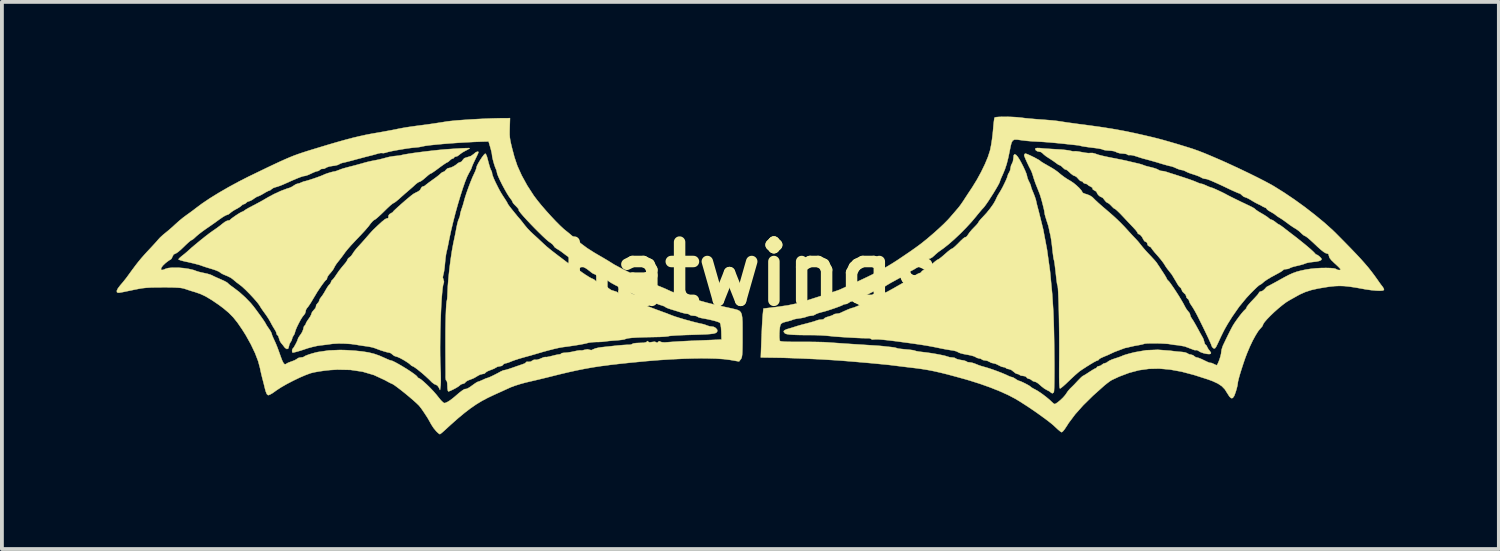
<source format=kicad_pcb>
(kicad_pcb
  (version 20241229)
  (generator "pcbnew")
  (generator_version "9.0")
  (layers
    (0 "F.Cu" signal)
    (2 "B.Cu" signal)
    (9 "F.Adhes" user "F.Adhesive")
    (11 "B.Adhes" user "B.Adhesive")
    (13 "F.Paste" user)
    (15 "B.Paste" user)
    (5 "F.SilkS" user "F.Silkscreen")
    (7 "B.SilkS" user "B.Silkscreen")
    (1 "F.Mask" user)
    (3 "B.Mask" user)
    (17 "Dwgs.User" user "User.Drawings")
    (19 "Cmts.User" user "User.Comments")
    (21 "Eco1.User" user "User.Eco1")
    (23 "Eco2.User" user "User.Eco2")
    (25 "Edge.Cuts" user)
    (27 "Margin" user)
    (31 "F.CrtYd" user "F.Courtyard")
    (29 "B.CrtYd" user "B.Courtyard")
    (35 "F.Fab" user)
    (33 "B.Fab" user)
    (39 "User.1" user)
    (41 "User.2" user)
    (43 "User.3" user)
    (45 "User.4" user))
  (footprint "batwings"
    (layer "F.Cu")
    (at 16.58 4.118)
    (property "Reference" "batwings" (at 0 0 0) (layer "F.SilkS") (effects (font (size 1.524 1.524) (thickness 0.3))))
    (attr through_hole)
    (fp_poly (pts (xy 7.237 -3.138) (xy 7.305 -3.109) (xy 7.389 -3.069) (xy 7.473 -3.025) (xy 7.544 -2.986) (xy 7.588 -2.956) (xy 7.594 -2.95) (xy 7.621 -2.93) (xy 7.682 -2.893) (xy 7.763 -2.846) (xy 7.785 -2.834) (xy 7.883 -2.778) (xy 7.973 -2.721) (xy 8.039 -2.674) (xy 8.043 -2.67) (xy 8.14 -2.59) (xy 8.218 -2.532) (xy 8.295 -2.481) (xy 8.374 -2.435) (xy 8.452 -2.383) (xy 8.532 -2.318) (xy 8.605 -2.249) (xy 8.66 -2.187) (xy 8.686 -2.142) (xy 8.687 -2.137) (xy 8.709 -2.117) (xy 8.765 -2.095) (xy 8.796 -2.087) (xy 8.877 -2.056) (xy 8.945 -2.013) (xy 8.958 -2.001) (xy 9.017 -1.942) (xy 9.099 -1.865) (xy 9.21 -1.767) (xy 9.355 -1.643) (xy 9.425 -1.583) (xy 9.54 -1.481) (xy 9.663 -1.364) (xy 9.776 -1.249) (xy 9.818 -1.204) (xy 9.902 -1.111) (xy 9.982 -1.024) (xy 10.047 -0.955) (xy 10.073 -0.929) (xy 10.142 -0.854) (xy 10.208 -0.772) (xy 10.216 -0.762) (xy 10.264 -0.702) (xy 10.334 -0.621) (xy 10.415 -0.533) (xy 10.443 -0.504) (xy 10.518 -0.424) (xy 10.583 -0.353) (xy 10.626 -0.301) (xy 10.635 -0.288) (xy 10.663 -0.245) (xy 10.711 -0.174) (xy 10.767 -0.087) (xy 10.781 -0.066) (xy 10.835 0.017) (xy 10.875 0.084) (xy 10.895 0.124) (xy 10.897 0.129) (xy 10.915 0.16) (xy 10.929 0.17) (xy 10.959 0.202) (xy 11.008 0.268) (xy 11.071 0.359) (xy 11.141 0.465) (xy 11.212 0.576) (xy 11.277 0.684) (xy 11.331 0.777) (xy 11.365 0.842) (xy 11.406 0.915) (xy 11.45 0.973) (xy 11.457 0.98) (xy 11.495 1.029) (xy 11.506 1.067) (xy 11.521 1.118) (xy 11.554 1.171) (xy 11.587 1.221) (xy 11.635 1.302) (xy 11.689 1.399) (xy 11.709 1.435) (xy 11.759 1.528) (xy 11.802 1.605) (xy 11.83 1.654) (xy 11.836 1.664) (xy 11.855 1.705) (xy 11.873 1.769) (xy 11.874 1.772) (xy 11.891 1.828) (xy 11.911 1.854) (xy 11.913 1.854) (xy 11.937 1.875) (xy 11.951 1.908) (xy 11.982 1.966) (xy 12.019 2.012) (xy 12.051 2.059) (xy 12.046 2.086) (xy 12.007 2.096) (xy 11.938 2.09) (xy 11.857 2.072) (xy 11.783 2.046) (xy 11.731 2.016) (xy 11.73 2.015) (xy 11.687 1.991) (xy 11.662 1.992) (xy 11.624 1.992) (xy 11.567 1.972) (xy 11.566 1.971) (xy 11.363 1.894) (xy 11.189 1.864) (xy 11.1 1.855) (xy 11.022 1.844) (xy 10.998 1.839) (xy 10.932 1.829) (xy 10.834 1.822) (xy 10.717 1.816) (xy 10.594 1.814) (xy 10.478 1.814) (xy 10.382 1.817) (xy 10.319 1.823) (xy 10.307 1.827) (xy 10.254 1.842) (xy 10.168 1.86) (xy 10.067 1.878) (xy 10.058 1.879) (xy 9.797 1.938) (xy 9.535 2.036) (xy 9.461 2.07) (xy 9.365 2.115) (xy 9.265 2.157) (xy 9.227 2.173) (xy 9.162 2.203) (xy 9.124 2.229) (xy 9.119 2.238) (xy 9.098 2.259) (xy 9.086 2.261) (xy 9.051 2.274) (xy 8.983 2.31) (xy 8.894 2.363) (xy 8.793 2.426) (xy 8.689 2.494) (xy 8.616 2.544) (xy 8.564 2.587) (xy 8.486 2.655) (xy 8.397 2.738) (xy 8.332 2.8) (xy 8.248 2.88) (xy 8.176 2.944) (xy 8.124 2.985) (xy 8.102 2.997) (xy 8.093 2.98) (xy 8.087 2.928) (xy 8.082 2.838) (xy 8.08 2.706) (xy 8.08 2.53) (xy 8.081 2.307) (xy 8.082 2.254) (xy 8.083 2.057) (xy 8.083 1.846) (xy 8.082 1.627) (xy 8.079 1.406) (xy 8.076 1.189) (xy 8.072 0.982) (xy 8.067 0.792) (xy 8.061 0.625) (xy 8.055 0.486) (xy 8.049 0.382) (xy 8.042 0.319) (xy 8.038 0.304) (xy 8.033 0.293) (xy 8.028 0.273) (xy 8.022 0.238) (xy 8.014 0.179) (xy 8.003 0.089) (xy 7.989 -0.04) (xy 7.978 -0.133) (xy 7.966 -0.235) (xy 7.954 -0.317) (xy 7.944 -0.367) (xy 7.941 -0.375) (xy 7.933 -0.408) (xy 7.923 -0.479) (xy 7.91 -0.578) (xy 7.901 -0.661) (xy 7.887 -0.785) (xy 7.871 -0.9) (xy 7.856 -0.992) (xy 7.848 -1.029) (xy 7.829 -1.107) (xy 7.816 -1.171) (xy 7.814 -1.181) (xy 7.8 -1.244) (xy 7.793 -1.27) (xy 7.749 -1.405) (xy 7.72 -1.5) (xy 7.703 -1.563) (xy 7.697 -1.603) (xy 7.696 -1.612) (xy 7.69 -1.655) (xy 7.672 -1.732) (xy 7.648 -1.829) (xy 7.621 -1.931) (xy 7.594 -2.023) (xy 7.572 -2.091) (xy 7.57 -2.095) (xy 7.55 -2.146) (xy 7.519 -2.224) (xy 7.494 -2.286) (xy 7.454 -2.388) (xy 7.418 -2.494) (xy 7.403 -2.543) (xy 7.378 -2.624) (xy 7.353 -2.69) (xy 7.344 -2.708) (xy 7.295 -2.803) (xy 7.247 -2.903) (xy 7.205 -2.996) (xy 7.175 -3.069) (xy 7.163 -3.111) (xy 7.163 -3.112) (xy 7.183 -3.145) (xy 7.199 -3.15) (xy 7.237 -3.138)) (stroke (width 0.01) (type solid)) (fill yes) (layer "F.SilkS"))
    (fp_poly (pts (xy -7.115 -3.196) (xy -7.112 -3.186) (xy -7.122 -3.157) (xy -7.15 -3.096) (xy -7.19 -3.013) (xy -7.201 -2.99) (xy -7.243 -2.902) (xy -7.274 -2.831) (xy -7.289 -2.79) (xy -7.29 -2.786) (xy -7.302 -2.752) (xy -7.333 -2.691) (xy -7.36 -2.644) (xy -7.407 -2.551) (xy -7.462 -2.415) (xy -7.522 -2.244) (xy -7.585 -2.047) (xy -7.65 -1.83) (xy -7.714 -1.601) (xy -7.774 -1.367) (xy -7.829 -1.137) (xy -7.876 -0.918) (xy -7.899 -0.8) (xy -7.918 -0.704) (xy -7.939 -0.613) (xy -7.947 -0.584) (xy -7.96 -0.518) (xy -7.974 -0.419) (xy -7.986 -0.305) (xy -7.989 -0.268) (xy -8 -0.159) (xy -8.014 -0.063) (xy -8.028 0.003) (xy -8.033 0.017) (xy -8.046 0.089) (xy -8.03 0.143) (xy -8.014 0.205) (xy -8.022 0.238) (xy -8.036 0.281) (xy -8.05 0.368) (xy -8.063 0.494) (xy -8.076 0.651) (xy -8.087 0.835) (xy -8.096 1.038) (xy -8.104 1.254) (xy -8.11 1.478) (xy -8.114 1.702) (xy -8.116 1.921) (xy -8.115 2.128) (xy -8.111 2.317) (xy -8.106 2.447) (xy -8.1 2.588) (xy -8.098 2.72) (xy -8.098 2.832) (xy -8.102 2.909) (xy -8.103 2.917) (xy -8.118 3.035) (xy -8.153 2.965) (xy -8.19 2.916) (xy -8.229 2.896) (xy -8.273 2.878) (xy -8.328 2.835) (xy -8.346 2.817) (xy -8.419 2.745) (xy -8.506 2.665) (xy -8.598 2.585) (xy -8.687 2.513) (xy -8.763 2.455) (xy -8.817 2.42) (xy -8.836 2.413) (xy -8.869 2.396) (xy -8.888 2.377) (xy -8.931 2.34) (xy -9.001 2.293) (xy -9.085 2.242) (xy -9.168 2.198) (xy -9.236 2.168) (xy -9.269 2.159) (xy -9.319 2.141) (xy -9.36 2.108) (xy -9.409 2.07) (xy -9.446 2.058) (xy -9.496 2.049) (xy -9.578 2.026) (xy -9.676 1.995) (xy -9.776 1.958) (xy -9.817 1.942) (xy -9.887 1.92) (xy -9.981 1.901) (xy -10.033 1.893) (xy -10.143 1.878) (xy -10.258 1.86) (xy -10.3 1.852) (xy -10.444 1.832) (xy -10.608 1.821) (xy -10.773 1.818) (xy -10.918 1.826) (xy -10.973 1.833) (xy -11.078 1.848) (xy -11.186 1.861) (xy -11.228 1.865) (xy -11.325 1.879) (xy -11.45 1.907) (xy -11.579 1.942) (xy -11.694 1.981) (xy -11.697 1.982) (xy -11.752 2) (xy -11.826 2.022) (xy -11.9 2.042) (xy -11.956 2.055) (xy -11.973 2.057) (xy -11.986 2.037) (xy -11.988 1.995) (xy -11.977 1.959) (xy -11.97 1.952) (xy -11.947 1.925) (xy -11.914 1.869) (xy -11.878 1.802) (xy -11.849 1.739) (xy -11.836 1.699) (xy -11.836 1.698) (xy -11.822 1.665) (xy -11.785 1.61) (xy -11.769 1.589) (xy -11.724 1.518) (xy -11.696 1.446) (xy -11.694 1.432) (xy -11.68 1.377) (xy -11.66 1.351) (xy -11.635 1.321) (xy -11.633 1.311) (xy -11.619 1.273) (xy -11.582 1.213) (xy -11.558 1.179) (xy -11.513 1.113) (xy -11.486 1.057) (xy -11.482 1.039) (xy -11.464 0.996) (xy -11.421 0.943) (xy -11.417 0.939) (xy -11.376 0.891) (xy -11.363 0.852) (xy -11.364 0.848) (xy -11.356 0.81) (xy -11.327 0.773) (xy -11.289 0.727) (xy -11.278 0.694) (xy -11.261 0.65) (xy -11.23 0.607) (xy -11.192 0.557) (xy -11.144 0.481) (xy -11.112 0.424) (xy -11.068 0.349) (xy -11.028 0.293) (xy -11.007 0.272) (xy -10.976 0.233) (xy -10.973 0.216) (xy -10.954 0.172) (xy -10.94 0.16) (xy -10.91 0.129) (xy -10.864 0.068) (xy -10.827 0.013) (xy -10.761 -0.083) (xy -10.682 -0.183) (xy -10.644 -0.228) (xy -10.589 -0.293) (xy -10.552 -0.347) (xy -10.541 -0.373) (xy -10.521 -0.409) (xy -10.49 -0.432) (xy -10.442 -0.474) (xy -10.403 -0.53) (xy -10.366 -0.587) (xy -10.307 -0.662) (xy -10.257 -0.718) (xy -10.178 -0.804) (xy -10.09 -0.903) (xy -10.033 -0.969) (xy -9.966 -1.046) (xy -9.905 -1.114) (xy -9.866 -1.155) (xy -9.735 -1.28) (xy -9.637 -1.369) (xy -9.567 -1.426) (xy -9.523 -1.451) (xy -9.509 -1.453) (xy -9.476 -1.461) (xy -9.471 -1.472) (xy -9.466 -1.522) (xy -9.465 -1.53) (xy -9.441 -1.564) (xy -9.404 -1.587) (xy -9.361 -1.612) (xy -9.347 -1.628) (xy -9.329 -1.65) (xy -9.28 -1.697) (xy -9.209 -1.762) (xy -9.125 -1.837) (xy -9.036 -1.915) (xy -8.95 -1.987) (xy -8.876 -2.048) (xy -8.823 -2.088) (xy -8.807 -2.099) (xy -8.736 -2.137) (xy -8.691 -2.158) (xy -8.64 -2.198) (xy -8.618 -2.236) (xy -8.593 -2.277) (xy -8.571 -2.286) (xy -8.526 -2.302) (xy -8.504 -2.319) (xy -8.469 -2.348) (xy -8.404 -2.397) (xy -8.321 -2.457) (xy -8.293 -2.477) (xy -8.209 -2.538) (xy -8.142 -2.591) (xy -8.101 -2.627) (xy -8.095 -2.634) (xy -8.055 -2.664) (xy -8.038 -2.667) (xy -7.997 -2.687) (xy -7.97 -2.718) (xy -7.929 -2.758) (xy -7.897 -2.769) (xy -7.836 -2.783) (xy -7.76 -2.818) (xy -7.693 -2.862) (xy -7.67 -2.883) (xy -7.622 -2.916) (xy -7.596 -2.921) (xy -7.553 -2.942) (xy -7.525 -2.981) (xy -7.482 -3.03) (xy -7.403 -3.056) (xy -7.398 -3.057) (xy -7.308 -3.087) (xy -7.239 -3.136) (xy -7.189 -3.179) (xy -7.143 -3.201) (xy -7.115 -3.196)) (stroke (width 0.01) (type solid)) (fill yes) (layer "F.SilkS"))
    (fp_poly (pts (xy -7.341 -3.291) (xy -7.361 -3.274) (xy -7.414 -3.244) (xy -7.455 -3.223) (xy -7.532 -3.18) (xy -7.593 -3.136) (xy -7.611 -3.12) (xy -7.663 -3.083) (xy -7.7 -3.073) (xy -7.739 -3.062) (xy -7.747 -3.048) (xy -7.767 -3.025) (xy -7.781 -3.023) (xy -7.823 -3.005) (xy -7.861 -2.972) (xy -7.903 -2.934) (xy -7.93 -2.921) (xy -7.959 -2.906) (xy -8.018 -2.867) (xy -8.097 -2.811) (xy -8.152 -2.77) (xy -8.237 -2.707) (xy -8.306 -2.659) (xy -8.35 -2.632) (xy -8.361 -2.629) (xy -8.383 -2.618) (xy -8.431 -2.581) (xy -8.494 -2.526) (xy -8.562 -2.468) (xy -8.62 -2.427) (xy -8.653 -2.413) (xy -8.693 -2.396) (xy -8.747 -2.355) (xy -8.761 -2.343) (xy -8.823 -2.285) (xy -8.902 -2.216) (xy -8.944 -2.18) (xy -9.026 -2.11) (xy -9.12 -2.027) (xy -9.182 -1.971) (xy -9.25 -1.913) (xy -9.305 -1.871) (xy -9.335 -1.855) (xy -9.364 -1.838) (xy -9.418 -1.794) (xy -9.486 -1.731) (xy -9.5 -1.718) (xy -9.615 -1.605) (xy -9.701 -1.524) (xy -9.762 -1.469) (xy -9.804 -1.435) (xy -9.833 -1.417) (xy -9.839 -1.415) (xy -9.875 -1.387) (xy -9.924 -1.332) (xy -9.946 -1.304) (xy -9.982 -1.255) (xy -10.022 -1.207) (xy -10.071 -1.15) (xy -10.135 -1.08) (xy -10.222 -0.988) (xy -10.336 -0.868) (xy -10.364 -0.838) (xy -10.452 -0.744) (xy -10.535 -0.648) (xy -10.601 -0.566) (xy -10.624 -0.533) (xy -10.686 -0.448) (xy -10.751 -0.364) (xy -10.776 -0.333) (xy -10.83 -0.264) (xy -10.872 -0.196) (xy -10.88 -0.181) (xy -10.901 -0.138) (xy -10.928 -0.097) (xy -10.971 -0.043) (xy -11.03 0.025) (xy -11.064 0.078) (xy -11.074 0.114) (xy -11.086 0.148) (xy -11.096 0.152) (xy -11.118 0.172) (xy -11.16 0.224) (xy -11.215 0.299) (xy -11.274 0.385) (xy -11.332 0.473) (xy -11.358 0.517) (xy -11.379 0.552) (xy -11.418 0.617) (xy -11.467 0.699) (xy -11.47 0.705) (xy -11.521 0.787) (xy -11.567 0.854) (xy -11.598 0.891) (xy -11.599 0.892) (xy -11.627 0.939) (xy -11.633 0.977) (xy -11.651 1.036) (xy -11.687 1.082) (xy -11.721 1.126) (xy -11.767 1.201) (xy -11.816 1.293) (xy -11.862 1.386) (xy -11.896 1.468) (xy -11.913 1.522) (xy -11.913 1.528) (xy -11.928 1.574) (xy -11.952 1.611) (xy -11.981 1.665) (xy -11.989 1.698) (xy -12.005 1.747) (xy -12.027 1.778) (xy -12.058 1.836) (xy -12.07 1.887) (xy -12.088 1.949) (xy -12.124 1.964) (xy -12.172 1.933) (xy -12.191 1.91) (xy -12.237 1.85) (xy -12.277 1.803) (xy -12.308 1.752) (xy -12.331 1.683) (xy -12.349 1.627) (xy -12.37 1.6) (xy -12.372 1.6) (xy -12.392 1.579) (xy -12.395 1.56) (xy -12.409 1.511) (xy -12.443 1.452) (xy -12.443 1.452) (xy -12.483 1.387) (xy -12.53 1.304) (xy -12.547 1.27) (xy -12.596 1.184) (xy -12.66 1.086) (xy -12.701 1.029) (xy -12.759 0.949) (xy -12.809 0.875) (xy -12.833 0.834) (xy -12.872 0.777) (xy -12.939 0.696) (xy -13.024 0.601) (xy -13.118 0.502) (xy -13.211 0.409) (xy -13.294 0.332) (xy -13.357 0.282) (xy -13.36 0.28) (xy -13.436 0.224) (xy -13.507 0.165) (xy -13.52 0.152) (xy -13.582 0.105) (xy -13.668 0.06) (xy -13.712 0.042) (xy -13.791 0.009) (xy -13.851 -0.024) (xy -13.87 -0.04) (xy -13.909 -0.065) (xy -13.981 -0.096) (xy -14.073 -0.127) (xy -14.081 -0.129) (xy -14.177 -0.158) (xy -14.26 -0.184) (xy -14.311 -0.201) (xy -14.313 -0.202) (xy -14.424 -0.24) (xy -14.568 -0.278) (xy -14.751 -0.319) (xy -14.846 -0.341) (xy -14.919 -0.362) (xy -14.957 -0.379) (xy -14.961 -0.383) (xy -14.942 -0.41) (xy -14.895 -0.452) (xy -14.867 -0.475) (xy -14.792 -0.534) (xy -14.723 -0.593) (xy -14.708 -0.607) (xy -14.617 -0.689) (xy -14.503 -0.785) (xy -14.379 -0.887) (xy -14.256 -0.985) (xy -14.146 -1.069) (xy -14.06 -1.13) (xy -14.049 -1.138) (xy -13.956 -1.202) (xy -13.865 -1.27) (xy -13.811 -1.314) (xy -13.746 -1.363) (xy -13.688 -1.393) (xy -13.667 -1.397) (xy -13.623 -1.406) (xy -13.61 -1.416) (xy -13.585 -1.441) (xy -13.53 -1.482) (xy -13.46 -1.531) (xy -13.389 -1.577) (xy -13.33 -1.612) (xy -13.299 -1.626) (xy -13.262 -1.641) (xy -13.235 -1.661) (xy -13.195 -1.688) (xy -13.122 -1.73) (xy -13.031 -1.778) (xy -13.005 -1.792) (xy -12.885 -1.855) (xy -12.75 -1.929) (xy -12.629 -2) (xy -12.624 -2.003) (xy -12.462 -2.09) (xy -12.284 -2.172) (xy -12.114 -2.236) (xy -12.052 -2.254) (xy -11.994 -2.281) (xy -11.941 -2.315) (xy -11.886 -2.349) (xy -11.844 -2.362) (xy -11.794 -2.374) (xy -11.752 -2.392) (xy -11.687 -2.419) (xy -11.646 -2.428) (xy -11.601 -2.44) (xy -11.523 -2.464) (xy -11.427 -2.495) (xy -11.328 -2.53) (xy -11.241 -2.562) (xy -11.179 -2.587) (xy -11.163 -2.595) (xy -11.117 -2.615) (xy -11.044 -2.64) (xy -10.966 -2.663) (xy -10.907 -2.678) (xy -10.898 -2.679) (xy -10.868 -2.684) (xy -10.83 -2.695) (xy -10.769 -2.718) (xy -10.706 -2.742) (xy -10.659 -2.758) (xy -10.577 -2.781) (xy -10.476 -2.808) (xy -10.439 -2.817) (xy -10.324 -2.847) (xy -10.212 -2.878) (xy -10.124 -2.903) (xy -10.109 -2.907) (xy -10.02 -2.931) (xy -9.909 -2.956) (xy -9.83 -2.971) (xy -9.72 -2.993) (xy -9.61 -3.02) (xy -9.546 -3.038) (xy -9.444 -3.064) (xy -9.332 -3.082) (xy -9.299 -3.086) (xy -9.214 -3.094) (xy -9.144 -3.105) (xy -9.121 -3.111) (xy -9.06 -3.125) (xy -8.958 -3.142) (xy -8.825 -3.163) (xy -8.669 -3.184) (xy -8.501 -3.205) (xy -8.329 -3.225) (xy -8.164 -3.243) (xy -8.015 -3.257) (xy -7.938 -3.263) (xy -7.723 -3.278) (xy -7.555 -3.288) (xy -7.435 -3.293) (xy -7.363 -3.294) (xy -7.341 -3.291)) (stroke (width 0.01) (type solid)) (fill yes) (layer "F.SilkS"))
    (fp_poly (pts (xy 6.953 -3.114) (xy 6.994 -3.068) (xy 7.038 -3.001) (xy 7.089 -2.91) (xy 7.141 -2.808) (xy 7.187 -2.709) (xy 7.222 -2.624) (xy 7.238 -2.567) (xy 7.239 -2.56) (xy 7.251 -2.509) (xy 7.279 -2.44) (xy 7.29 -2.42) (xy 7.322 -2.354) (xy 7.339 -2.305) (xy 7.341 -2.296) (xy 7.35 -2.258) (xy 7.375 -2.191) (xy 7.401 -2.13) (xy 7.438 -2.037) (xy 7.468 -1.948) (xy 7.478 -1.905) (xy 7.494 -1.833) (xy 7.519 -1.735) (xy 7.542 -1.651) (xy 7.662 -1.167) (xy 7.762 -0.639) (xy 7.841 -0.07) (xy 7.899 0.538) (xy 7.927 0.978) (xy 7.933 1.133) (xy 7.939 1.313) (xy 7.944 1.511) (xy 7.948 1.72) (xy 7.951 1.935) (xy 7.953 2.149) (xy 7.955 2.356) (xy 7.955 2.549) (xy 7.954 2.723) (xy 7.952 2.871) (xy 7.949 2.987) (xy 7.945 3.064) (xy 7.939 3.096) (xy 7.902 3.123) (xy 7.865 3.104) (xy 7.861 3.098) (xy 7.828 3.072) (xy 7.77 3.041) (xy 7.762 3.038) (xy 7.693 2.998) (xy 7.616 2.938) (xy 7.586 2.911) (xy 7.524 2.858) (xy 7.468 2.825) (xy 7.446 2.819) (xy 7.389 2.801) (xy 7.366 2.781) (xy 7.317 2.749) (xy 7.289 2.743) (xy 7.243 2.724) (xy 7.23 2.705) (xy 7.195 2.677) (xy 7.14 2.667) (xy 7.081 2.659) (xy 7.048 2.642) (xy 7.012 2.62) (xy 6.988 2.616) (xy 6.941 2.599) (xy 6.887 2.556) (xy 6.883 2.553) (xy 6.826 2.509) (xy 6.768 2.489) (xy 6.766 2.489) (xy 6.714 2.479) (xy 6.693 2.464) (xy 6.657 2.442) (xy 6.629 2.438) (xy 6.575 2.426) (xy 6.507 2.394) (xy 6.497 2.388) (xy 6.428 2.354) (xy 6.368 2.337) (xy 6.361 2.337) (xy 6.299 2.322) (xy 6.26 2.3) (xy 6.196 2.27) (xy 6.142 2.261) (xy 6.086 2.252) (xy 6.058 2.235) (xy 6.022 2.214) (xy 5.989 2.21) (xy 5.925 2.193) (xy 5.895 2.174) (xy 5.851 2.153) (xy 5.773 2.131) (xy 5.676 2.111) (xy 5.665 2.11) (xy 5.568 2.091) (xy 5.487 2.069) (xy 5.439 2.048) (xy 5.436 2.046) (xy 5.388 2.022) (xy 5.313 2.003) (xy 5.283 1.999) (xy 5.2 1.986) (xy 5.09 1.967) (xy 4.978 1.945) (xy 4.844 1.917) (xy 4.72 1.893) (xy 4.595 1.871) (xy 4.456 1.849) (xy 4.292 1.825) (xy 4.091 1.797) (xy 4.051 1.792) (xy 3.808 1.759) (xy 3.612 1.735) (xy 3.459 1.719) (xy 3.347 1.71) (xy 3.272 1.709) (xy 3.236 1.713) (xy 3.185 1.715) (xy 3.163 1.702) (xy 3.128 1.683) (xy 3.091 1.68) (xy 3.023 1.68) (xy 2.916 1.678) (xy 2.781 1.672) (xy 2.63 1.664) (xy 2.476 1.655) (xy 2.329 1.645) (xy 2.202 1.636) (xy 2.105 1.626) (xy 2.086 1.624) (xy 1.972 1.613) (xy 1.83 1.604) (xy 1.686 1.599) (xy 1.626 1.599) (xy 1.412 1.598) (xy 1.243 1.595) (xy 1.115 1.59) (xy 1.021 1.583) (xy 0.957 1.573) (xy 0.917 1.56) (xy 0.904 1.552) (xy 0.872 1.512) (xy 0.884 1.479) (xy 0.943 1.449) (xy 0.992 1.434) (xy 1.081 1.408) (xy 1.163 1.382) (xy 1.181 1.376) (xy 1.241 1.357) (xy 1.333 1.331) (xy 1.441 1.303) (xy 1.473 1.295) (xy 1.576 1.267) (xy 1.664 1.242) (xy 1.722 1.222) (xy 1.733 1.217) (xy 1.791 1.2) (xy 1.854 1.194) (xy 1.908 1.187) (xy 1.93 1.169) (xy 1.93 1.169) (xy 1.953 1.148) (xy 2.009 1.125) (xy 2.045 1.115) (xy 2.116 1.093) (xy 2.164 1.072) (xy 2.174 1.064) (xy 2.207 1.047) (xy 2.25 1.041) (xy 2.318 1.032) (xy 2.356 1.019) (xy 2.439 0.98) (xy 2.526 0.941) (xy 2.603 0.91) (xy 2.656 0.891) (xy 2.668 0.889) (xy 2.712 0.877) (xy 2.8 0.841) (xy 2.932 0.781) (xy 3.109 0.696) (xy 3.142 0.68) (xy 3.234 0.637) (xy 3.307 0.605) (xy 3.351 0.589) (xy 3.358 0.588) (xy 3.381 0.58) (xy 3.429 0.551) (xy 3.446 0.54) (xy 3.501 0.503) (xy 3.537 0.484) (xy 3.542 0.483) (xy 3.57 0.471) (xy 3.63 0.439) (xy 3.712 0.394) (xy 3.741 0.378) (xy 3.845 0.318) (xy 3.949 0.259) (xy 4.032 0.212) (xy 4.039 0.209) (xy 4.129 0.155) (xy 4.229 0.091) (xy 4.276 0.059) (xy 4.349 0.013) (xy 4.408 -0.017) (xy 4.435 -0.025) (xy 4.467 -0.04) (xy 4.47 -0.05) (xy 4.491 -0.076) (xy 4.542 -0.112) (xy 4.566 -0.125) (xy 4.639 -0.171) (xy 4.725 -0.235) (xy 4.775 -0.278) (xy 4.84 -0.333) (xy 4.891 -0.37) (xy 4.915 -0.381) (xy 4.944 -0.398) (xy 5 -0.441) (xy 5.071 -0.502) (xy 5.093 -0.521) (xy 5.167 -0.586) (xy 5.229 -0.635) (xy 5.267 -0.659) (xy 5.273 -0.66) (xy 5.303 -0.677) (xy 5.357 -0.722) (xy 5.418 -0.781) (xy 5.504 -0.868) (xy 5.563 -0.923) (xy 5.602 -0.953) (xy 5.629 -0.965) (xy 5.637 -0.965) (xy 5.666 -0.985) (xy 5.699 -1.034) (xy 5.7 -1.035) (xy 5.738 -1.091) (xy 5.799 -1.162) (xy 5.853 -1.218) (xy 5.913 -1.28) (xy 5.955 -1.33) (xy 5.969 -1.354) (xy 5.986 -1.383) (xy 6.029 -1.434) (xy 6.077 -1.485) (xy 6.179 -1.595) (xy 6.275 -1.714) (xy 6.357 -1.829) (xy 6.413 -1.926) (xy 6.426 -1.956) (xy 6.466 -2.041) (xy 6.514 -2.121) (xy 6.552 -2.183) (xy 6.599 -2.268) (xy 6.646 -2.363) (xy 6.689 -2.454) (xy 6.719 -2.527) (xy 6.732 -2.571) (xy 6.732 -2.571) (xy 6.747 -2.616) (xy 6.77 -2.653) (xy 6.799 -2.717) (xy 6.807 -2.769) (xy 6.822 -2.84) (xy 6.844 -2.884) (xy 6.87 -2.943) (xy 6.882 -3.02) (xy 6.883 -3.027) (xy 6.891 -3.105) (xy 6.914 -3.133) (xy 6.953 -3.114)) (stroke (width 0.01) (type solid)) (fill yes) (layer "F.SilkS"))
    (fp_poly (pts (xy -6.914 -3.127) (xy -6.891 -3.072) (xy -6.883 -3.042) (xy -6.847 -2.907) (xy -6.821 -2.814) (xy -6.801 -2.754) (xy -6.786 -2.719) (xy -6.778 -2.706) (xy -6.76 -2.663) (xy -6.756 -2.63) (xy -6.745 -2.585) (xy -6.716 -2.508) (xy -6.674 -2.414) (xy -6.655 -2.375) (xy -6.599 -2.263) (xy -6.556 -2.181) (xy -6.517 -2.114) (xy -6.475 -2.046) (xy -6.421 -1.964) (xy -6.38 -1.9) (xy -6.354 -1.854) (xy -6.35 -1.842) (xy -6.335 -1.817) (xy -6.295 -1.762) (xy -6.237 -1.688) (xy -6.169 -1.604) (xy -6.099 -1.518) (xy -6.034 -1.442) (xy -6.032 -1.441) (xy -5.995 -1.396) (xy -5.942 -1.328) (xy -5.903 -1.278) (xy -5.83 -1.191) (xy -5.747 -1.104) (xy -5.71 -1.069) (xy -5.628 -0.995) (xy -5.538 -0.912) (xy -5.5 -0.876) (xy -5.41 -0.792) (xy -5.331 -0.72) (xy -5.249 -0.652) (xy -5.153 -0.576) (xy -5.031 -0.482) (xy -5.004 -0.462) (xy -4.907 -0.389) (xy -4.823 -0.325) (xy -4.762 -0.278) (xy -4.733 -0.255) (xy -4.687 -0.231) (xy -4.636 -0.214) (xy -4.581 -0.19) (xy -4.555 -0.164) (xy -4.529 -0.136) (xy -4.472 -0.091) (xy -4.394 -0.035) (xy -4.309 0.023) (xy -4.227 0.074) (xy -4.162 0.112) (xy -4.124 0.127) (xy -4.123 0.127) (xy -4.086 0.145) (xy -4.061 0.169) (xy -4.021 0.201) (xy -3.95 0.243) (xy -3.871 0.282) (xy -3.787 0.325) (xy -3.72 0.364) (xy -3.686 0.39) (xy -3.641 0.42) (xy -3.574 0.442) (xy -3.57 0.443) (xy -3.502 0.464) (xy -3.455 0.495) (xy -3.454 0.496) (xy -3.407 0.529) (xy -3.381 0.535) (xy -3.333 0.55) (xy -3.269 0.582) (xy -3.264 0.585) (xy -3.156 0.646) (xy -3.051 0.693) (xy -2.966 0.72) (xy -2.953 0.722) (xy -2.889 0.744) (xy -2.849 0.77) (xy -2.798 0.804) (xy -2.764 0.813) (xy -2.718 0.824) (xy -2.707 0.832) (xy -2.675 0.852) (xy -2.671 0.853) (xy -2.638 0.863) (xy -2.581 0.885) (xy -2.578 0.886) (xy -2.516 0.91) (xy -2.425 0.944) (xy -2.325 0.98) (xy -2.324 0.981) (xy -2.222 1.018) (xy -2.126 1.055) (xy -2.057 1.082) (xy -1.972 1.113) (xy -1.851 1.151) (xy -1.71 1.193) (xy -1.562 1.234) (xy -1.422 1.27) (xy -1.305 1.298) (xy -1.257 1.307) (xy -1.197 1.323) (xy -1.13 1.348) (xy -1.066 1.369) (xy -1.018 1.374) (xy -1.018 1.374) (xy -0.961 1.382) (xy -0.904 1.414) (xy -0.868 1.457) (xy -0.864 1.474) (xy -0.867 1.505) (xy -0.883 1.529) (xy -0.915 1.547) (xy -0.971 1.561) (xy -1.055 1.571) (xy -1.173 1.579) (xy -1.331 1.585) (xy -1.514 1.591) (xy -1.683 1.596) (xy -1.835 1.602) (xy -1.964 1.609) (xy -2.062 1.616) (xy -2.121 1.622) (xy -2.134 1.626) (xy -2.173 1.633) (xy -2.251 1.64) (xy -2.358 1.646) (xy -2.483 1.649) (xy -2.491 1.649) (xy -2.74 1.654) (xy -2.942 1.661) (xy -3.095 1.67) (xy -3.2 1.682) (xy -3.255 1.696) (xy -3.261 1.699) (xy -3.298 1.712) (xy -3.372 1.724) (xy -3.468 1.734) (xy -3.493 1.736) (xy -3.605 1.744) (xy -3.712 1.754) (xy -3.792 1.764) (xy -3.797 1.765) (xy -3.884 1.775) (xy -3.99 1.78) (xy -4.039 1.78) (xy -4.136 1.785) (xy -4.228 1.797) (xy -4.264 1.807) (xy -4.334 1.824) (xy -4.447 1.846) (xy -4.594 1.87) (xy -4.77 1.896) (xy -4.916 1.915) (xy -5.005 1.931) (xy -5.129 1.959) (xy -5.274 1.996) (xy -5.428 2.038) (xy -5.537 2.07) (xy -5.659 2.106) (xy -5.801 2.146) (xy -5.934 2.183) (xy -5.944 2.186) (xy -6.056 2.218) (xy -6.163 2.253) (xy -6.245 2.283) (xy -6.26 2.29) (xy -6.333 2.319) (xy -6.394 2.336) (xy -6.406 2.337) (xy -6.453 2.355) (xy -6.468 2.375) (xy -6.502 2.404) (xy -6.548 2.413) (xy -6.614 2.426) (xy -6.653 2.447) (xy -6.701 2.475) (xy -6.775 2.505) (xy -6.804 2.515) (xy -6.873 2.543) (xy -6.919 2.572) (xy -6.927 2.583) (xy -6.959 2.608) (xy -7.004 2.616) (xy -7.068 2.631) (xy -7.138 2.668) (xy -7.148 2.675) (xy -7.226 2.721) (xy -7.317 2.759) (xy -7.332 2.764) (xy -7.4 2.791) (xy -7.445 2.822) (xy -7.451 2.832) (xy -7.486 2.864) (xy -7.514 2.87) (xy -7.571 2.889) (xy -7.595 2.909) (xy -7.633 2.94) (xy -7.699 2.981) (xy -7.776 3.022) (xy -7.848 3.056) (xy -7.896 3.073) (xy -7.901 3.073) (xy -7.914 3.05) (xy -7.923 2.991) (xy -7.925 2.934) (xy -7.929 2.857) (xy -7.939 2.806) (xy -7.95 2.794) (xy -7.965 2.772) (xy -7.972 2.716) (xy -7.973 2.699) (xy -7.972 2.648) (xy -7.972 2.555) (xy -7.973 2.426) (xy -7.974 2.27) (xy -7.975 2.094) (xy -7.976 1.918) (xy -7.976 1.69) (xy -7.975 1.471) (xy -7.972 1.267) (xy -7.967 1.084) (xy -7.961 0.928) (xy -7.954 0.805) (xy -7.945 0.722) (xy -7.936 0.683) (xy -7.931 0.652) (xy -7.926 0.585) (xy -7.923 0.506) (xy -7.914 0.318) (xy -7.896 0.097) (xy -7.871 -0.141) (xy -7.84 -0.382) (xy -7.806 -0.608) (xy -7.77 -0.805) (xy -7.757 -0.864) (xy -7.731 -0.987) (xy -7.705 -1.119) (xy -7.686 -1.219) (xy -7.666 -1.314) (xy -7.644 -1.396) (xy -7.626 -1.44) (xy -7.601 -1.502) (xy -7.594 -1.541) (xy -7.586 -1.592) (xy -7.564 -1.667) (xy -7.553 -1.702) (xy -7.522 -1.793) (xy -7.496 -1.882) (xy -7.491 -1.905) (xy -7.463 -2.003) (xy -7.421 -2.132) (xy -7.37 -2.274) (xy -7.316 -2.415) (xy -7.266 -2.537) (xy -7.231 -2.612) (xy -7.194 -2.693) (xy -7.169 -2.761) (xy -7.163 -2.793) (xy -7.15 -2.834) (xy -7.116 -2.9) (xy -7.07 -2.976) (xy -7.02 -3.052) (xy -6.974 -3.113) (xy -6.941 -3.146) (xy -6.933 -3.15) (xy -6.914 -3.127)) (stroke (width 0.01) (type solid)) (fill yes) (layer "F.SilkS"))
    (fp_poly (pts (xy 7.575 -3.294) (xy 7.601 -3.291) (xy 7.671 -3.284) (xy 7.776 -3.277) (xy 7.901 -3.269) (xy 8.001 -3.263) (xy 8.127 -3.256) (xy 8.241 -3.245) (xy 8.331 -3.233) (xy 8.375 -3.223) (xy 8.437 -3.209) (xy 8.477 -3.209) (xy 8.479 -3.21) (xy 8.512 -3.212) (xy 8.581 -3.204) (xy 8.671 -3.188) (xy 8.675 -3.187) (xy 8.77 -3.17) (xy 8.85 -3.162) (xy 8.899 -3.165) (xy 8.899 -3.165) (xy 8.952 -3.166) (xy 9.024 -3.148) (xy 9.039 -3.142) (xy 9.098 -3.121) (xy 9.184 -3.098) (xy 9.302 -3.071) (xy 9.458 -3.039) (xy 9.658 -3) (xy 9.677 -2.996) (xy 9.776 -2.976) (xy 9.875 -2.954) (xy 9.893 -2.949) (xy 9.983 -2.928) (xy 10.086 -2.904) (xy 10.122 -2.896) (xy 10.203 -2.876) (xy 10.268 -2.855) (xy 10.288 -2.847) (xy 10.333 -2.83) (xy 10.41 -2.809) (xy 10.479 -2.793) (xy 10.566 -2.77) (xy 10.637 -2.745) (xy 10.669 -2.728) (xy 10.726 -2.7) (xy 10.758 -2.696) (xy 10.818 -2.689) (xy 10.884 -2.672) (xy 10.943 -2.652) (xy 11.034 -2.623) (xy 11.141 -2.589) (xy 11.176 -2.578) (xy 11.337 -2.526) (xy 11.483 -2.477) (xy 11.603 -2.433) (xy 11.689 -2.398) (xy 11.715 -2.386) (xy 11.769 -2.366) (xy 11.793 -2.362) (xy 11.835 -2.352) (xy 11.902 -2.325) (xy 11.932 -2.311) (xy 12 -2.281) (xy 12.05 -2.263) (xy 12.061 -2.261) (xy 12.094 -2.25) (xy 12.159 -2.223) (xy 12.242 -2.185) (xy 12.331 -2.143) (xy 12.412 -2.103) (xy 12.459 -2.077) (xy 12.514 -2.048) (xy 12.603 -2.003) (xy 12.715 -1.948) (xy 12.838 -1.888) (xy 12.962 -1.829) (xy 13.049 -1.788) (xy 13.128 -1.749) (xy 13.185 -1.716) (xy 13.208 -1.697) (xy 13.208 -1.697) (xy 13.229 -1.677) (xy 13.283 -1.64) (xy 13.36 -1.594) (xy 13.371 -1.588) (xy 13.455 -1.538) (xy 13.524 -1.493) (xy 13.563 -1.461) (xy 13.564 -1.46) (xy 13.606 -1.428) (xy 13.628 -1.422) (xy 13.668 -1.407) (xy 13.724 -1.369) (xy 13.737 -1.359) (xy 13.789 -1.318) (xy 13.825 -1.296) (xy 13.829 -1.295) (xy 13.856 -1.281) (xy 13.911 -1.242) (xy 13.982 -1.189) (xy 13.983 -1.187) (xy 14.077 -1.114) (xy 14.176 -1.038) (xy 14.238 -0.991) (xy 14.345 -0.907) (xy 14.455 -0.819) (xy 14.56 -0.733) (xy 14.651 -0.655) (xy 14.72 -0.592) (xy 14.76 -0.552) (xy 14.765 -0.545) (xy 14.796 -0.512) (xy 14.811 -0.508) (xy 14.845 -0.492) (xy 14.895 -0.453) (xy 14.9 -0.449) (xy 14.94 -0.406) (xy 14.944 -0.378) (xy 14.926 -0.359) (xy 14.882 -0.34) (xy 14.805 -0.324) (xy 14.732 -0.316) (xy 14.639 -0.305) (xy 14.56 -0.289) (xy 14.522 -0.276) (xy 14.47 -0.256) (xy 14.388 -0.233) (xy 14.304 -0.213) (xy 14.215 -0.192) (xy 14.146 -0.17) (xy 14.113 -0.153) (xy 14.07 -0.134) (xy 14.016 -0.127) (xy 13.964 -0.121) (xy 13.945 -0.106) (xy 13.923 -0.087) (xy 13.867 -0.05) (xy 13.784 -0.004) (xy 13.726 0.027) (xy 13.621 0.084) (xy 13.524 0.143) (xy 13.452 0.192) (xy 13.431 0.21) (xy 13.38 0.254) (xy 13.344 0.278) (xy 13.339 0.279) (xy 13.309 0.297) (xy 13.252 0.346) (xy 13.175 0.42) (xy 13.085 0.511) (xy 12.99 0.613) (xy 12.971 0.634) (xy 12.79 0.854) (xy 12.608 1.115) (xy 12.491 1.302) (xy 12.445 1.381) (xy 12.404 1.454) (xy 12.363 1.535) (xy 12.314 1.635) (xy 12.254 1.765) (xy 12.227 1.822) (xy 12.186 1.905) (xy 12.156 1.945) (xy 12.128 1.95) (xy 12.095 1.925) (xy 12.069 1.885) (xy 12.065 1.87) (xy 12.054 1.838) (xy 12.024 1.769) (xy 11.979 1.67) (xy 11.921 1.548) (xy 11.855 1.411) (xy 11.784 1.267) (xy 11.713 1.124) (xy 11.69 1.079) (xy 11.638 0.982) (xy 11.585 0.891) (xy 11.543 0.826) (xy 11.54 0.823) (xy 11.501 0.762) (xy 11.481 0.712) (xy 11.481 0.705) (xy 11.46 0.662) (xy 11.443 0.651) (xy 11.411 0.617) (xy 11.405 0.586) (xy 11.384 0.534) (xy 11.354 0.508) (xy 11.308 0.463) (xy 11.288 0.42) (xy 11.265 0.369) (xy 11.241 0.347) (xy 11.213 0.319) (xy 11.173 0.26) (xy 11.138 0.199) (xy 11.029 0.017) (xy 10.912 -0.132) (xy 10.872 -0.187) (xy 10.836 -0.246) (xy 10.802 -0.297) (xy 10.744 -0.373) (xy 10.673 -0.458) (xy 10.645 -0.49) (xy 10.576 -0.568) (xy 10.524 -0.633) (xy 10.494 -0.675) (xy 10.49 -0.684) (xy 10.469 -0.707) (xy 10.439 -0.719) (xy 10.396 -0.753) (xy 10.389 -0.785) (xy 10.373 -0.828) (xy 10.35 -0.838) (xy 10.311 -0.859) (xy 10.287 -0.895) (xy 10.246 -0.972) (xy 10.199 -1.025) (xy 10.164 -1.041) (xy 10.136 -1.06) (xy 10.135 -1.069) (xy 10.118 -1.101) (xy 10.076 -1.155) (xy 10.039 -1.195) (xy 9.981 -1.257) (xy 9.9 -1.342) (xy 9.81 -1.438) (xy 9.754 -1.498) (xy 9.675 -1.581) (xy 9.607 -1.647) (xy 9.559 -1.69) (xy 9.54 -1.702) (xy 9.509 -1.719) (xy 9.463 -1.763) (xy 9.451 -1.777) (xy 9.399 -1.828) (xy 9.354 -1.858) (xy 9.347 -1.86) (xy 9.308 -1.885) (xy 9.266 -1.935) (xy 9.265 -1.937) (xy 9.228 -1.985) (xy 9.197 -2.007) (xy 9.195 -2.007) (xy 9.152 -2.025) (xy 9.104 -2.066) (xy 9.072 -2.111) (xy 9.068 -2.127) (xy 9.047 -2.16) (xy 9.003 -2.185) (xy 8.961 -2.211) (xy 8.954 -2.235) (xy 8.945 -2.261) (xy 8.907 -2.284) (xy 8.853 -2.312) (xy 8.827 -2.335) (xy 8.791 -2.358) (xy 8.764 -2.362) (xy 8.717 -2.381) (xy 8.702 -2.402) (xy 8.678 -2.429) (xy 8.663 -2.427) (xy 8.634 -2.435) (xy 8.592 -2.475) (xy 8.582 -2.488) (xy 8.534 -2.539) (xy 8.49 -2.565) (xy 8.484 -2.565) (xy 8.443 -2.583) (xy 8.386 -2.626) (xy 8.358 -2.653) (xy 8.305 -2.702) (xy 8.266 -2.729) (xy 8.255 -2.73) (xy 8.227 -2.739) (xy 8.184 -2.776) (xy 8.178 -2.782) (xy 8.132 -2.825) (xy 8.097 -2.845) (xy 8.095 -2.845) (xy 8.061 -2.859) (xy 8.009 -2.895) (xy 8 -2.902) (xy 7.936 -2.949) (xy 7.852 -3.005) (xy 7.806 -3.034) (xy 7.731 -3.084) (xy 7.672 -3.132) (xy 7.65 -3.155) (xy 7.6 -3.192) (xy 7.558 -3.2) (xy 7.505 -3.212) (xy 7.466 -3.24) (xy 7.454 -3.272) (xy 7.466 -3.289) (xy 7.507 -3.296) (xy 7.575 -3.294)) (stroke (width 0.01) (type solid)) (fill yes) (layer "F.SilkS"))
    (fp_poly (pts (xy 6.712 -4.113) (xy 6.839 -4.109) (xy 6.963 -4.102) (xy 7.074 -4.091) (xy 7.099 -4.088) (xy 7.195 -4.076) (xy 7.324 -4.064) (xy 7.47 -4.051) (xy 7.617 -4.04) (xy 7.622 -4.04) (xy 7.765 -4.029) (xy 7.905 -4.017) (xy 8.026 -4.004) (xy 8.113 -3.991) (xy 8.117 -3.991) (xy 8.19 -3.979) (xy 8.302 -3.962) (xy 8.443 -3.943) (xy 8.602 -3.921) (xy 8.769 -3.9) (xy 8.776 -3.899) (xy 9.14 -3.849) (xy 9.467 -3.798) (xy 9.771 -3.743) (xy 10.067 -3.682) (xy 10.223 -3.647) (xy 10.336 -3.621) (xy 10.464 -3.591) (xy 10.541 -3.573) (xy 10.653 -3.545) (xy 10.802 -3.505) (xy 10.977 -3.455) (xy 11.169 -3.399) (xy 11.365 -3.339) (xy 11.555 -3.28) (xy 11.582 -3.271) (xy 11.722 -3.221) (xy 11.899 -3.152) (xy 12.103 -3.066) (xy 12.328 -2.969) (xy 12.564 -2.862) (xy 12.803 -2.751) (xy 13.037 -2.639) (xy 13.258 -2.53) (xy 13.458 -2.428) (xy 13.627 -2.337) (xy 13.703 -2.293) (xy 13.964 -2.13) (xy 14.237 -1.946) (xy 14.511 -1.748) (xy 14.775 -1.543) (xy 15.02 -1.341) (xy 15.235 -1.148) (xy 15.329 -1.056) (xy 15.533 -0.85) (xy 15.705 -0.674) (xy 15.85 -0.523) (xy 15.972 -0.392) (xy 16.076 -0.275) (xy 16.168 -0.168) (xy 16.25 -0.064) (xy 16.329 0.041) (xy 16.409 0.153) (xy 16.44 0.198) (xy 16.49 0.268) (xy 16.538 0.33) (xy 16.542 0.335) (xy 16.572 0.384) (xy 16.578 0.417) (xy 16.547 0.433) (xy 16.475 0.439) (xy 16.372 0.435) (xy 16.245 0.423) (xy 16.104 0.403) (xy 16.049 0.393) (xy 15.845 0.356) (xy 15.679 0.331) (xy 15.538 0.316) (xy 15.412 0.312) (xy 15.289 0.317) (xy 15.156 0.331) (xy 15.081 0.342) (xy 14.859 0.379) (xy 14.676 0.42) (xy 14.522 0.47) (xy 14.386 0.53) (xy 14.326 0.562) (xy 14.234 0.614) (xy 14.146 0.663) (xy 14.098 0.69) (xy 14.016 0.741) (xy 13.919 0.814) (xy 13.812 0.902) (xy 13.705 0.997) (xy 13.605 1.093) (xy 13.518 1.183) (xy 13.452 1.259) (xy 13.416 1.315) (xy 13.411 1.333) (xy 13.394 1.369) (xy 13.352 1.418) (xy 13.346 1.424) (xy 13.288 1.494) (xy 13.219 1.604) (xy 13.143 1.743) (xy 13.067 1.903) (xy 12.995 2.074) (xy 12.948 2.197) (xy 12.901 2.334) (xy 12.855 2.475) (xy 12.813 2.609) (xy 12.78 2.726) (xy 12.758 2.816) (xy 12.751 2.867) (xy 12.744 2.915) (xy 12.725 2.994) (xy 12.699 3.083) (xy 12.66 3.189) (xy 12.621 3.244) (xy 12.58 3.249) (xy 12.533 3.205) (xy 12.479 3.12) (xy 12.414 3.017) (xy 12.335 2.935) (xy 12.233 2.867) (xy 12.098 2.804) (xy 11.976 2.759) (xy 11.611 2.642) (xy 11.281 2.555) (xy 10.978 2.5) (xy 10.696 2.475) (xy 10.429 2.481) (xy 10.17 2.517) (xy 9.913 2.585) (xy 9.652 2.683) (xy 9.455 2.775) (xy 9.406 2.806) (xy 9.335 2.859) (xy 9.264 2.916) (xy 8.964 3.184) (xy 8.709 3.435) (xy 8.499 3.671) (xy 8.331 3.895) (xy 8.274 3.984) (xy 8.223 4.061) (xy 8.178 4.116) (xy 8.148 4.14) (xy 8.146 4.14) (xy 8.114 4.123) (xy 8.058 4.078) (xy 7.989 4.014) (xy 7.976 4.001) (xy 7.905 3.937) (xy 7.8 3.853) (xy 7.668 3.755) (xy 7.519 3.647) (xy 7.361 3.538) (xy 7.203 3.433) (xy 7.053 3.337) (xy 6.939 3.268) (xy 6.755 3.171) (xy 6.532 3.07) (xy 6.28 2.969) (xy 6.01 2.873) (xy 5.732 2.785) (xy 5.626 2.754) (xy 5.372 2.684) (xy 5.157 2.626) (xy 4.971 2.58) (xy 4.803 2.542) (xy 4.644 2.511) (xy 4.484 2.485) (xy 4.313 2.462) (xy 4.128 2.44) (xy 3.996 2.424) (xy 3.858 2.407) (xy 3.738 2.392) (xy 3.721 2.39) (xy 3.649 2.381) (xy 3.535 2.369) (xy 3.387 2.355) (xy 3.214 2.338) (xy 3.024 2.321) (xy 2.826 2.304) (xy 2.807 2.302) (xy 2.591 2.284) (xy 2.392 2.268) (xy 2.202 2.255) (xy 2.01 2.243) (xy 1.807 2.231) (xy 1.585 2.221) (xy 1.332 2.21) (xy 1.042 2.199) (xy 0.953 2.196) (xy 0.872 2.193) (xy 0.759 2.191) (xy 0.63 2.189) (xy 0.55 2.188) (xy 0.274 2.184) (xy 0.292 1.693) (xy 0.297 1.578) (xy 0.759 1.578) (xy 0.76 1.667) (xy 0.767 1.731) (xy 0.773 1.75) (xy 0.801 1.761) (xy 0.871 1.769) (xy 0.985 1.774) (xy 1.145 1.776) (xy 1.304 1.776) (xy 1.475 1.776) (xy 1.643 1.777) (xy 1.795 1.78) (xy 1.92 1.783) (xy 2.007 1.788) (xy 2.131 1.797) (xy 2.292 1.808) (xy 2.477 1.821) (xy 2.671 1.834) (xy 2.86 1.846) (xy 3.031 1.857) (xy 3.17 1.866) (xy 3.188 1.867) (xy 3.3 1.874) (xy 3.407 1.882) (xy 3.487 1.89) (xy 3.493 1.891) (xy 3.59 1.902) (xy 3.691 1.912) (xy 3.698 1.913) (xy 3.771 1.923) (xy 3.823 1.936) (xy 3.83 1.94) (xy 3.867 1.95) (xy 3.941 1.96) (xy 4.038 1.97) (xy 4.069 1.973) (xy 4.169 1.982) (xy 4.251 1.993) (xy 4.299 2.004) (xy 4.305 2.007) (xy 4.342 2.018) (xy 4.414 2.031) (xy 4.496 2.041) (xy 4.608 2.054) (xy 4.735 2.072) (xy 4.865 2.094) (xy 4.985 2.117) (xy 5.084 2.138) (xy 5.149 2.157) (xy 5.162 2.162) (xy 5.22 2.179) (xy 5.281 2.184) (xy 5.34 2.192) (xy 5.372 2.209) (xy 5.404 2.226) (xy 5.469 2.243) (xy 5.513 2.251) (xy 5.589 2.264) (xy 5.641 2.281) (xy 5.654 2.289) (xy 5.687 2.307) (xy 5.728 2.311) (xy 5.798 2.321) (xy 5.86 2.34) (xy 5.93 2.368) (xy 5.982 2.389) (xy 6.039 2.408) (xy 6.117 2.43) (xy 6.134 2.435) (xy 6.226 2.462) (xy 6.343 2.501) (xy 6.469 2.547) (xy 6.59 2.594) (xy 6.689 2.636) (xy 6.737 2.659) (xy 6.797 2.686) (xy 6.837 2.697) (xy 6.841 2.697) (xy 6.873 2.707) (xy 6.926 2.737) (xy 6.933 2.743) (xy 6.987 2.777) (xy 7.022 2.794) (xy 7.025 2.794) (xy 7.062 2.805) (xy 7.126 2.833) (xy 7.201 2.87) (xy 7.27 2.907) (xy 7.317 2.936) (xy 7.328 2.946) (xy 7.359 2.971) (xy 7.418 3.005) (xy 7.437 3.014) (xy 7.521 3.061) (xy 7.626 3.132) (xy 7.734 3.213) (xy 7.829 3.292) (xy 7.876 3.337) (xy 7.924 3.381) (xy 7.962 3.403) (xy 7.966 3.403) (xy 7.998 3.388) (xy 8.055 3.347) (xy 8.113 3.299) (xy 8.183 3.232) (xy 8.24 3.166) (xy 8.266 3.128) (xy 8.308 3.066) (xy 8.366 2.999) (xy 8.381 2.985) (xy 8.438 2.929) (xy 8.483 2.884) (xy 8.491 2.875) (xy 8.571 2.79) (xy 8.637 2.722) (xy 8.684 2.679) (xy 8.702 2.667) (xy 8.728 2.654) (xy 8.784 2.62) (xy 8.859 2.571) (xy 8.868 2.565) (xy 8.946 2.515) (xy 9.008 2.479) (xy 9.043 2.464) (xy 9.044 2.464) (xy 9.067 2.444) (xy 9.068 2.438) (xy 9.089 2.417) (xy 9.115 2.413) (xy 9.172 2.395) (xy 9.195 2.375) (xy 9.243 2.342) (xy 9.271 2.337) (xy 9.324 2.318) (xy 9.347 2.299) (xy 9.387 2.272) (xy 9.459 2.239) (xy 9.539 2.211) (xy 9.629 2.182) (xy 9.705 2.154) (xy 9.745 2.136) (xy 9.788 2.12) (xy 9.868 2.096) (xy 9.973 2.068) (xy 10.064 2.046) (xy 10.357 1.995) (xy 10.66 1.983) (xy 10.984 2.007) (xy 10.998 2.009) (xy 11.109 2.023) (xy 11.216 2.034) (xy 11.296 2.04) (xy 11.371 2.051) (xy 11.425 2.07) (xy 11.434 2.077) (xy 11.484 2.103) (xy 11.521 2.108) (xy 11.58 2.125) (xy 11.608 2.146) (xy 11.655 2.179) (xy 11.682 2.184) (xy 11.726 2.195) (xy 11.799 2.224) (xy 11.874 2.26) (xy 11.951 2.297) (xy 12.009 2.321) (xy 12.034 2.325) (xy 12.062 2.327) (xy 12.114 2.349) (xy 12.118 2.351) (xy 12.171 2.376) (xy 12.2 2.388) (xy 12.2 2.388) (xy 12.22 2.365) (xy 12.246 2.309) (xy 12.275 2.234) (xy 12.3 2.154) (xy 12.316 2.085) (xy 12.319 2.054) (xy 12.33 1.978) (xy 12.358 1.891) (xy 12.367 1.869) (xy 12.437 1.722) (xy 12.504 1.584) (xy 12.563 1.467) (xy 12.608 1.381) (xy 12.62 1.359) (xy 12.664 1.288) (xy 12.723 1.203) (xy 12.789 1.113) (xy 12.853 1.031) (xy 12.907 0.968) (xy 12.942 0.934) (xy 12.944 0.932) (xy 12.975 0.9) (xy 12.979 0.885) (xy 12.991 0.857) (xy 13.028 0.808) (xy 13.093 0.734) (xy 13.192 0.63) (xy 13.214 0.606) (xy 13.268 0.547) (xy 13.302 0.5) (xy 13.31 0.483) (xy 13.331 0.462) (xy 13.359 0.457) (xy 13.408 0.438) (xy 13.457 0.394) (xy 13.496 0.35) (xy 13.52 0.33) (xy 13.521 0.33) (xy 13.547 0.318) (xy 13.608 0.286) (xy 13.697 0.238) (xy 13.805 0.179) (xy 13.835 0.162) (xy 13.983 0.08) (xy 14.101 0.019) (xy 14.201 -0.025) (xy 14.295 -0.059) (xy 14.397 -0.086) (xy 14.519 -0.112) (xy 14.549 -0.118) (xy 14.663 -0.135) (xy 14.793 -0.148) (xy 14.929 -0.156) (xy 15.06 -0.158) (xy 15.176 -0.155) (xy 15.266 -0.147) (xy 15.318 -0.133) (xy 15.325 -0.129) (xy 15.364 -0.108) (xy 15.411 -0.102) (xy 15.441 -0.114) (xy 15.443 -0.121) (xy 15.425 -0.146) (xy 15.378 -0.195) (xy 15.311 -0.258) (xy 15.291 -0.275) (xy 15.202 -0.36) (xy 15.153 -0.424) (xy 15.138 -0.471) (xy 15.124 -0.522) (xy 15.098 -0.533) (xy 15.058 -0.543) (xy 15.005 -0.573) (xy 14.933 -0.629) (xy 14.836 -0.715) (xy 14.735 -0.811) (xy 14.653 -0.886) (xy 14.583 -0.946) (xy 14.534 -0.983) (xy 14.517 -0.991) (xy 14.482 -1.008) (xy 14.431 -1.05) (xy 14.413 -1.069) (xy 14.345 -1.13) (xy 14.274 -1.181) (xy 14.262 -1.187) (xy 14.201 -1.224) (xy 14.12 -1.279) (xy 14.05 -1.331) (xy 13.968 -1.391) (xy 13.893 -1.443) (xy 13.847 -1.471) (xy 13.785 -1.51) (xy 13.745 -1.542) (xy 13.701 -1.575) (xy 13.634 -1.615) (xy 13.612 -1.627) (xy 13.552 -1.662) (xy 13.516 -1.692) (xy 13.513 -1.699) (xy 13.492 -1.725) (xy 13.468 -1.736) (xy 13.407 -1.764) (xy 13.386 -1.777) (xy 13.333 -1.807) (xy 13.284 -1.829) (xy 13.226 -1.858) (xy 13.148 -1.903) (xy 13.106 -1.929) (xy 13.034 -1.971) (xy 12.974 -1.999) (xy 12.952 -2.005) (xy 12.905 -2.024) (xy 12.865 -2.057) (xy 12.823 -2.095) (xy 12.795 -2.108) (xy 12.763 -2.118) (xy 12.697 -2.146) (xy 12.607 -2.186) (xy 12.551 -2.212) (xy 12.365 -2.301) (xy 12.218 -2.369) (xy 12.105 -2.419) (xy 12.022 -2.454) (xy 11.963 -2.476) (xy 11.921 -2.487) (xy 11.895 -2.489) (xy 11.837 -2.503) (xy 11.796 -2.525) (xy 11.745 -2.551) (xy 11.664 -2.582) (xy 11.594 -2.605) (xy 11.504 -2.634) (xy 11.429 -2.664) (xy 11.393 -2.683) (xy 11.331 -2.712) (xy 11.291 -2.719) (xy 11.236 -2.73) (xy 11.163 -2.757) (xy 11.138 -2.769) (xy 11.068 -2.799) (xy 11.015 -2.817) (xy 11.004 -2.819) (xy 10.967 -2.826) (xy 10.894 -2.845) (xy 10.795 -2.873) (xy 10.712 -2.898) (xy 10.592 -2.934) (xy 10.479 -2.966) (xy 10.389 -2.991) (xy 10.351 -3.001) (xy 10.267 -3.023) (xy 10.165 -3.055) (xy 10.106 -3.075) (xy 10.023 -3.1) (xy 9.955 -3.112) (xy 9.925 -3.11) (xy 9.882 -3.111) (xy 9.869 -3.122) (xy 9.835 -3.14) (xy 9.771 -3.149) (xy 9.75 -3.15) (xy 9.67 -3.157) (xy 9.602 -3.176) (xy 9.593 -3.18) (xy 9.547 -3.202) (xy 9.5 -3.216) (xy 9.433 -3.225) (xy 9.347 -3.231) (xy 9.275 -3.239) (xy 9.228 -3.251) (xy 9.219 -3.257) (xy 9.189 -3.267) (xy 9.121 -3.281) (xy 9.025 -3.295) (xy 8.952 -3.304) (xy 8.841 -3.318) (xy 8.746 -3.332) (xy 8.681 -3.343) (xy 8.661 -3.347) (xy 8.603 -3.362) (xy 8.572 -3.367) (xy 8.53 -3.371) (xy 8.448 -3.38) (xy 8.335 -3.392) (xy 8.203 -3.407) (xy 8.141 -3.413) (xy 7.98 -3.429) (xy 7.811 -3.444) (xy 7.653 -3.456) (xy 7.523 -3.463) (xy 7.506 -3.464) (xy 7.371 -3.471) (xy 7.232 -3.483) (xy 7.111 -3.497) (xy 7.075 -3.502) (xy 6.977 -3.516) (xy 6.909 -3.515) (xy 6.864 -3.49) (xy 6.833 -3.434) (xy 6.809 -3.341) (xy 6.791 -3.249) (xy 6.749 -3.046) (xy 6.707 -2.879) (xy 6.659 -2.735) (xy 6.602 -2.599) (xy 6.601 -2.597) (xy 6.564 -2.515) (xy 6.538 -2.45) (xy 6.528 -2.418) (xy 6.528 -2.418) (xy 6.514 -2.382) (xy 6.478 -2.314) (xy 6.425 -2.223) (xy 6.362 -2.118) (xy 6.293 -2.01) (xy 6.226 -1.906) (xy 6.165 -1.818) (xy 6.117 -1.753) (xy 6.094 -1.727) (xy 6.059 -1.69) (xy 6.004 -1.625) (xy 5.937 -1.544) (xy 5.911 -1.511) (xy 5.79 -1.367) (xy 5.648 -1.213) (xy 5.494 -1.057) (xy 5.338 -0.91) (xy 5.189 -0.779) (xy 5.058 -0.675) (xy 5.004 -0.637) (xy 4.92 -0.577) (xy 4.842 -0.511) (xy 4.815 -0.484) (xy 4.759 -0.436) (xy 4.709 -0.408) (xy 4.698 -0.406) (xy 4.651 -0.389) (xy 4.608 -0.352) (xy 4.555 -0.305) (xy 4.473 -0.244) (xy 4.376 -0.178) (xy 4.28 -0.119) (xy 4.216 -0.085) (xy 4.173 -0.06) (xy 4.108 -0.018) (xy 4.077 0.002) (xy 4.006 0.046) (xy 3.908 0.103) (xy 3.801 0.162) (xy 3.772 0.178) (xy 3.673 0.232) (xy 3.585 0.284) (xy 3.522 0.323) (xy 3.508 0.333) (xy 3.453 0.368) (xy 3.41 0.381) (xy 3.371 0.392) (xy 3.302 0.42) (xy 3.217 0.459) (xy 3.127 0.504) (xy 3.045 0.548) (xy 2.981 0.585) (xy 2.948 0.61) (xy 2.946 0.614) (xy 2.925 0.63) (xy 2.888 0.635) (xy 2.82 0.65) (xy 2.78 0.672) (xy 2.717 0.703) (xy 2.675 0.71) (xy 2.612 0.728) (xy 2.582 0.749) (xy 2.528 0.781) (xy 2.495 0.787) (xy 2.446 0.795) (xy 2.43 0.804) (xy 2.396 0.823) (xy 2.325 0.851) (xy 2.23 0.886) (xy 2.122 0.923) (xy 2.015 0.958) (xy 1.919 0.986) (xy 1.861 1) (xy 1.78 1.023) (xy 1.718 1.048) (xy 1.697 1.061) (xy 1.65 1.084) (xy 1.593 1.092) (xy 1.521 1.101) (xy 1.472 1.118) (xy 1.418 1.136) (xy 1.337 1.153) (xy 1.289 1.159) (xy 1.204 1.172) (xy 1.136 1.187) (xy 1.113 1.196) (xy 1.064 1.215) (xy 0.987 1.236) (xy 0.94 1.247) (xy 0.855 1.271) (xy 0.807 1.301) (xy 0.786 1.337) (xy 0.773 1.396) (xy 0.764 1.482) (xy 0.759 1.578) (xy 0.297 1.578) (xy 0.299 1.528) (xy 0.306 1.371) (xy 0.314 1.231) (xy 0.321 1.12) (xy 0.327 1.053) (xy 0.343 0.904) (xy 0.724 0.858) (xy 0.985 0.82) (xy 1.214 0.772) (xy 1.397 0.72) (xy 1.633 0.644) (xy 1.843 0.577) (xy 2.023 0.518) (xy 2.168 0.47) (xy 2.275 0.434) (xy 2.338 0.411) (xy 2.349 0.406) (xy 2.625 0.281) (xy 2.861 0.172) (xy 3.065 0.076) (xy 3.243 -0.012) (xy 3.404 -0.096) (xy 3.553 -0.18) (xy 3.699 -0.267) (xy 3.848 -0.362) (xy 4.007 -0.469) (xy 4.185 -0.59) (xy 4.331 -0.693) (xy 4.464 -0.791) (xy 4.614 -0.911) (xy 4.769 -1.043) (xy 4.921 -1.178) (xy 5.058 -1.306) (xy 5.169 -1.418) (xy 5.211 -1.464) (xy 5.286 -1.551) (xy 5.359 -1.635) (xy 5.414 -1.7) (xy 5.415 -1.7) (xy 5.461 -1.756) (xy 5.509 -1.82) (xy 5.567 -1.904) (xy 5.642 -2.02) (xy 5.652 -2.034) (xy 5.676 -2.072) (xy 5.721 -2.14) (xy 5.779 -2.227) (xy 5.81 -2.274) (xy 5.928 -2.466) (xy 6.039 -2.669) (xy 6.137 -2.871) (xy 6.216 -3.06) (xy 6.269 -3.223) (xy 6.276 -3.251) (xy 6.3 -3.37) (xy 6.323 -3.518) (xy 6.342 -3.672) (xy 6.351 -3.767) (xy 6.361 -3.887) (xy 6.372 -3.988) (xy 6.382 -4.06) (xy 6.389 -4.091) (xy 6.421 -4.102) (xy 6.492 -4.109) (xy 6.593 -4.113) (xy 6.712 -4.113)) (stroke (width 0.01) (type solid)) (fill yes) (layer "F.SilkS"))
    (fp_poly (pts (xy -6.295 -3.819) (xy -6.297 -3.725) (xy -6.297 -3.648) (xy -6.292 -3.575) (xy -6.281 -3.499) (xy -6.262 -3.408) (xy -6.234 -3.292) (xy -6.194 -3.142) (xy -6.173 -3.061) (xy -6.095 -2.829) (xy -5.981 -2.577) (xy -5.837 -2.315) (xy -5.668 -2.054) (xy -5.661 -2.044) (xy -5.575 -1.93) (xy -5.467 -1.797) (xy -5.344 -1.655) (xy -5.216 -1.513) (xy -5.09 -1.379) (xy -4.975 -1.264) (xy -4.879 -1.175) (xy -4.844 -1.146) (xy -4.75 -1.071) (xy -4.652 -0.988) (xy -4.597 -0.94) (xy -4.436 -0.801) (xy -4.271 -0.678) (xy -4.086 -0.56) (xy -3.975 -0.495) (xy -3.861 -0.429) (xy -3.753 -0.365) (xy -3.665 -0.311) (xy -3.619 -0.282) (xy -3.556 -0.243) (xy -3.455 -0.189) (xy -3.326 -0.121) (xy -3.177 -0.047) (xy -3.018 0.032) (xy -2.858 0.109) (xy -2.705 0.181) (xy -2.568 0.243) (xy -2.456 0.292) (xy -2.415 0.308) (xy -2.315 0.348) (xy -2.227 0.385) (xy -2.166 0.413) (xy -2.159 0.417) (xy -2.05 0.466) (xy -1.895 0.524) (xy -1.7 0.589) (xy -1.467 0.659) (xy -1.203 0.733) (xy -1.156 0.746) (xy -1.095 0.762) (xy -1.035 0.777) (xy -0.967 0.794) (xy -0.882 0.814) (xy -0.771 0.839) (xy -0.627 0.871) (xy -0.483 0.903) (xy -0.397 0.923) (xy -0.331 0.942) (xy -0.282 0.967) (xy -0.247 1.005) (xy -0.225 1.062) (xy -0.212 1.144) (xy -0.205 1.257) (xy -0.204 1.409) (xy -0.204 1.604) (xy -0.204 1.609) (xy -0.204 1.795) (xy -0.206 1.937) (xy -0.209 2.042) (xy -0.214 2.117) (xy -0.222 2.168) (xy -0.233 2.203) (xy -0.247 2.228) (xy -0.25 2.23) (xy -0.295 2.289) (xy -0.535 2.247) (xy -0.696 2.227) (xy -0.902 2.213) (xy -1.146 2.207) (xy -1.422 2.208) (xy -1.723 2.216) (xy -2.045 2.231) (xy -2.38 2.252) (xy -2.723 2.28) (xy -2.781 2.286) (xy -3.118 2.318) (xy -3.413 2.349) (xy -3.673 2.379) (xy -3.908 2.41) (xy -4.125 2.443) (xy -4.332 2.48) (xy -4.538 2.521) (xy -4.752 2.568) (xy -4.98 2.622) (xy -5.156 2.666) (xy -5.311 2.705) (xy -5.464 2.742) (xy -5.601 2.775) (xy -5.709 2.8) (xy -5.753 2.81) (xy -5.883 2.841) (xy -6.021 2.879) (xy -6.151 2.92) (xy -6.255 2.958) (xy -6.287 2.972) (xy -6.327 2.99) (xy -6.404 3.025) (xy -6.508 3.073) (xy -6.631 3.128) (xy -6.699 3.159) (xy -6.868 3.239) (xy -7.023 3.321) (xy -7.171 3.411) (xy -7.319 3.513) (xy -7.475 3.632) (xy -7.646 3.774) (xy -7.838 3.944) (xy -8.017 4.108) (xy -8.073 4.157) (xy -8.114 4.187) (xy -8.125 4.191) (xy -8.152 4.174) (xy -8.199 4.132) (xy -8.222 4.108) (xy -8.287 4.029) (xy -8.345 3.94) (xy -8.354 3.924) (xy -8.395 3.85) (xy -8.431 3.786) (xy -8.439 3.772) (xy -8.531 3.631) (xy -8.607 3.52) (xy -8.665 3.446) (xy -8.673 3.438) (xy -8.735 3.378) (xy -8.82 3.302) (xy -8.919 3.217) (xy -9.025 3.129) (xy -9.13 3.045) (xy -9.227 2.971) (xy -9.306 2.913) (xy -9.361 2.878) (xy -9.38 2.87) (xy -9.406 2.859) (xy -9.465 2.829) (xy -9.545 2.785) (xy -9.572 2.771) (xy -9.849 2.643) (xy -10.144 2.556) (xy -10.461 2.509) (xy -10.805 2.502) (xy -10.993 2.513) (xy -11.141 2.529) (xy -11.286 2.55) (xy -11.414 2.573) (xy -11.5 2.594) (xy -11.631 2.642) (xy -11.788 2.709) (xy -11.956 2.79) (xy -12.122 2.876) (xy -12.272 2.962) (xy -12.392 3.04) (xy -12.421 3.061) (xy -12.5 3.117) (xy -12.569 3.156) (xy -12.613 3.171) (xy -12.617 3.17) (xy -12.65 3.141) (xy -12.68 3.066) (xy -12.695 3.01) (xy -12.722 2.9) (xy -12.751 2.787) (xy -12.766 2.731) (xy -12.792 2.626) (xy -12.818 2.51) (xy -12.827 2.464) (xy -12.876 2.281) (xy -12.957 2.07) (xy -13.066 1.841) (xy -13.199 1.602) (xy -13.296 1.448) (xy -13.415 1.275) (xy -13.527 1.135) (xy -13.646 1.014) (xy -13.785 0.897) (xy -13.908 0.805) (xy -14.091 0.681) (xy -14.248 0.587) (xy -14.391 0.52) (xy -14.528 0.473) (xy -14.535 0.471) (xy -14.639 0.44) (xy -14.745 0.405) (xy -14.783 0.392) (xy -14.836 0.376) (xy -14.903 0.364) (xy -14.991 0.357) (xy -15.108 0.352) (xy -15.264 0.35) (xy -15.367 0.35) (xy -15.545 0.351) (xy -15.686 0.354) (xy -15.802 0.361) (xy -15.906 0.372) (xy -16.011 0.39) (xy -16.13 0.414) (xy -16.154 0.419) (xy -16.279 0.445) (xy -16.389 0.468) (xy -16.473 0.484) (xy -16.52 0.491) (xy -16.522 0.491) (xy -16.568 0.481) (xy -16.575 0.441) (xy -16.545 0.377) (xy -16.485 0.298) (xy -16.41 0.21) (xy -16.335 0.116) (xy -16.299 0.068) (xy -16.182 -0.093) (xy -16.161 -0.121) (xy -15.419 -0.121) (xy -15.397 -0.103) (xy -15.342 -0.115) (xy -15.308 -0.132) (xy -15.23 -0.155) (xy -15.116 -0.166) (xy -14.98 -0.166) (xy -14.833 -0.154) (xy -14.69 -0.133) (xy -14.564 -0.103) (xy -14.491 -0.076) (xy -14.439 -0.059) (xy -14.357 -0.039) (xy -14.287 -0.024) (xy -14.197 -0.004) (xy -14.12 0.02) (xy -14.084 0.035) (xy -14.036 0.06) (xy -13.957 0.096) (xy -13.865 0.136) (xy -13.862 0.138) (xy -13.775 0.176) (xy -13.707 0.212) (xy -13.672 0.236) (xy -13.671 0.238) (xy -13.641 0.267) (xy -13.583 0.313) (xy -13.525 0.354) (xy -13.369 0.473) (xy -13.21 0.616) (xy -13.071 0.76) (xy -13.056 0.778) (xy -13 0.846) (xy -12.933 0.934) (xy -12.862 1.031) (xy -12.793 1.126) (xy -12.734 1.211) (xy -12.693 1.274) (xy -12.677 1.303) (xy -12.657 1.34) (xy -12.617 1.4) (xy -12.594 1.432) (xy -12.552 1.497) (xy -12.526 1.548) (xy -12.522 1.564) (xy -12.511 1.603) (xy -12.483 1.669) (xy -12.46 1.719) (xy -12.42 1.806) (xy -12.374 1.918) (xy -12.333 2.03) (xy -12.332 2.032) (xy -12.282 2.173) (xy -12.244 2.272) (xy -12.212 2.332) (xy -12.185 2.36) (xy -12.158 2.361) (xy -12.127 2.341) (xy -12.09 2.321) (xy -12.023 2.296) (xy -11.995 2.286) (xy -11.922 2.258) (xy -11.869 2.228) (xy -11.858 2.218) (xy -11.814 2.193) (xy -11.759 2.184) (xy -11.702 2.177) (xy -11.673 2.161) (xy -11.641 2.142) (xy -11.574 2.115) (xy -11.485 2.086) (xy -11.388 2.059) (xy -11.316 2.042) (xy -11.03 2) (xy -10.735 1.988) (xy -10.579 1.992) (xy -10.345 2.007) (xy -10.151 2.027) (xy -9.986 2.053) (xy -9.841 2.089) (xy -9.704 2.137) (xy -9.566 2.198) (xy -9.563 2.199) (xy -9.488 2.233) (xy -9.43 2.256) (xy -9.409 2.261) (xy -9.366 2.273) (xy -9.293 2.308) (xy -9.2 2.359) (xy -9.094 2.421) (xy -8.986 2.487) (xy -8.885 2.553) (xy -8.8 2.613) (xy -8.739 2.66) (xy -8.713 2.689) (xy -8.712 2.692) (xy -8.691 2.717) (xy -8.663 2.73) (xy -8.619 2.757) (xy -8.551 2.813) (xy -8.468 2.889) (xy -8.378 2.977) (xy -8.291 3.068) (xy -8.216 3.154) (xy -8.179 3.2) (xy -8.096 3.303) (xy -8.034 3.363) (xy -7.999 3.378) (xy -7.966 3.368) (xy -7.912 3.342) (xy -7.854 3.305) (xy -7.779 3.248) (xy -7.732 3.209) (xy -7.617 3.11) (xy -7.532 3.045) (xy -7.476 3.012) (xy -7.445 3.008) (xy -7.444 3.009) (xy -7.413 3.002) (xy -7.355 2.971) (xy -7.285 2.922) (xy -7.213 2.87) (xy -7.155 2.832) (xy -7.125 2.819) (xy -7.088 2.808) (xy -7.025 2.781) (xy -6.998 2.769) (xy -6.931 2.738) (xy -6.883 2.721) (xy -6.873 2.719) (xy -6.839 2.707) (xy -6.773 2.678) (xy -6.69 2.637) (xy -6.601 2.591) (xy -6.528 2.551) (xy -6.468 2.524) (xy -6.426 2.514) (xy -6.385 2.506) (xy -6.311 2.483) (xy -6.22 2.452) (xy -6.21 2.449) (xy -6.11 2.413) (xy -6.016 2.381) (xy -5.95 2.359) (xy -5.95 2.359) (xy -5.894 2.336) (xy -5.868 2.311) (xy -5.867 2.308) (xy -5.847 2.294) (xy -5.815 2.299) (xy -5.749 2.295) (xy -5.714 2.273) (xy -5.663 2.245) (xy -5.625 2.245) (xy -5.579 2.244) (xy -5.51 2.223) (xy -5.481 2.21) (xy -5.415 2.183) (xy -5.368 2.171) (xy -5.358 2.173) (xy -5.325 2.173) (xy -5.258 2.161) (xy -5.19 2.144) (xy -5.103 2.122) (xy -5.031 2.107) (xy -4.997 2.104) (xy -4.96 2.095) (xy -4.953 2.084) (xy -4.931 2.07) (xy -4.875 2.062) (xy -4.858 2.062) (xy -4.78 2.055) (xy -4.679 2.039) (xy -4.605 2.023) (xy -4.522 2.006) (xy -4.46 1.998) (xy -4.435 1.999) (xy -4.405 2.001) (xy -4.348 1.987) (xy -4.342 1.985) (xy -4.257 1.97) (xy -4.214 1.982) (xy -4.158 1.993) (xy -4.109 1.97) (xy -4.052 1.947) (xy -3.967 1.927) (xy -3.899 1.917) (xy -3.798 1.906) (xy -3.704 1.896) (xy -3.658 1.891) (xy -3.473 1.871) (xy -3.334 1.859) (xy -3.234 1.853) (xy -3.183 1.853) (xy -3.122 1.847) (xy -3.087 1.83) (xy -3.087 1.829) (xy -3.055 1.816) (xy -2.987 1.807) (xy -2.897 1.803) (xy -2.896 1.803) (xy -2.785 1.799) (xy -2.723 1.784) (xy -2.709 1.772) (xy -2.692 1.753) (xy -2.674 1.771) (xy -2.637 1.79) (xy -2.573 1.78) (xy -2.498 1.771) (xy -2.465 1.787) (xy -2.434 1.8) (xy -2.414 1.779) (xy -2.384 1.757) (xy -2.358 1.77) (xy -2.313 1.785) (xy -2.241 1.79) (xy -2.21 1.788) (xy -2.031 1.775) (xy -1.854 1.764) (xy -1.664 1.754) (xy -1.445 1.744) (xy -1.321 1.739) (xy -1.174 1.733) (xy -1.041 1.728) (xy -0.93 1.723) (xy -0.854 1.72) (xy -0.828 1.718) (xy -0.754 1.714) (xy -0.759 1.511) (xy -0.766 1.406) (xy -0.778 1.325) (xy -0.794 1.279) (xy -0.796 1.277) (xy -0.836 1.257) (xy -0.916 1.231) (xy -1.028 1.203) (xy -1.161 1.175) (xy -1.289 1.151) (xy -1.35 1.135) (xy -1.385 1.116) (xy -1.386 1.115) (xy -1.419 1.099) (xy -1.479 1.092) (xy -1.486 1.092) (xy -1.549 1.085) (xy -1.586 1.069) (xy -1.587 1.067) (xy -1.623 1.045) (xy -1.652 1.041) (xy -1.705 1.034) (xy -1.781 1.015) (xy -1.809 1.007) (xy -1.897 0.979) (xy -2.004 0.946) (xy -2.064 0.928) (xy -2.144 0.902) (xy -2.202 0.878) (xy -2.222 0.864) (xy -2.254 0.844) (xy -2.305 0.826) (xy -2.377 0.804) (xy -2.458 0.773) (xy -2.464 0.771) (xy -2.55 0.733) (xy -2.635 0.697) (xy -2.636 0.696) (xy -2.7 0.672) (xy -2.746 0.661) (xy -2.749 0.66) (xy -2.79 0.65) (xy -2.863 0.621) (xy -2.954 0.581) (xy -3.051 0.534) (xy -3.086 0.516) (xy -3.16 0.479) (xy -3.245 0.436) (xy -3.264 0.426) (xy -3.424 0.347) (xy -3.544 0.285) (xy -3.63 0.238) (xy -3.689 0.201) (xy -3.723 0.175) (xy -3.78 0.139) (xy -3.827 0.127) (xy -3.88 0.113) (xy -3.949 0.079) (xy -3.973 0.063) (xy -4.035 0.025) (xy -4.08 0.002) (xy -4.09 0) (xy -4.122 -0.015) (xy -4.175 -0.053) (xy -4.196 -0.071) (xy -4.265 -0.124) (xy -4.331 -0.167) (xy -4.343 -0.173) (xy -4.412 -0.212) (xy -4.498 -0.269) (xy -4.58 -0.328) (xy -4.618 -0.357) (xy -4.666 -0.391) (xy -4.707 -0.415) (xy -4.759 -0.447) (xy -4.831 -0.498) (xy -4.878 -0.534) (xy -4.955 -0.592) (xy -5.027 -0.64) (xy -5.061 -0.659) (xy -5.115 -0.697) (xy -5.143 -0.735) (xy -5.173 -0.775) (xy -5.228 -0.818) (xy -5.239 -0.824) (xy -5.287 -0.859) (xy -5.357 -0.92) (xy -5.443 -1.001) (xy -5.541 -1.097) (xy -5.644 -1.2) (xy -5.747 -1.306) (xy -5.844 -1.409) (xy -5.93 -1.503) (xy -5.998 -1.582) (xy -6.044 -1.641) (xy -6.062 -1.672) (xy -6.058 -1.676) (xy -6.059 -1.692) (xy -6.091 -1.733) (xy -6.146 -1.791) (xy -6.166 -1.81) (xy -6.206 -1.855) (xy -6.223 -1.889) (xy -6.239 -1.925) (xy -6.267 -1.962) (xy -6.31 -2.02) (xy -6.365 -2.107) (xy -6.426 -2.214) (xy -6.488 -2.329) (xy -6.545 -2.443) (xy -6.591 -2.543) (xy -6.621 -2.619) (xy -6.629 -2.656) (xy -6.641 -2.71) (xy -6.652 -2.737) (xy -6.678 -2.8) (xy -6.707 -2.888) (xy -6.733 -2.983) (xy -6.752 -3.065) (xy -6.757 -3.108) (xy -6.764 -3.161) (xy -6.783 -3.242) (xy -6.803 -3.315) (xy -6.848 -3.467) (xy -7.012 -3.463) (xy -7.208 -3.456) (xy -7.417 -3.445) (xy -7.631 -3.433) (xy -7.842 -3.418) (xy -8.042 -3.402) (xy -8.223 -3.385) (xy -8.378 -3.369) (xy -8.499 -3.353) (xy -8.578 -3.338) (xy -8.585 -3.336) (xy -8.656 -3.321) (xy -8.738 -3.312) (xy -8.835 -3.303) (xy -8.96 -3.287) (xy -9.098 -3.265) (xy -9.238 -3.241) (xy -9.367 -3.217) (xy -9.471 -3.194) (xy -9.538 -3.175) (xy -9.539 -3.174) (xy -9.596 -3.161) (xy -9.629 -3.164) (xy -9.667 -3.166) (xy -9.728 -3.154) (xy -9.735 -3.152) (xy -9.806 -3.131) (xy -9.901 -3.105) (xy -9.97 -3.088) (xy -10.065 -3.064) (xy -10.188 -3.031) (xy -10.317 -2.997) (xy -10.363 -2.984) (xy -10.473 -2.955) (xy -10.57 -2.93) (xy -10.639 -2.914) (xy -10.661 -2.91) (xy -10.725 -2.89) (xy -10.756 -2.871) (xy -10.802 -2.85) (xy -10.879 -2.833) (xy -10.928 -2.827) (xy -11.013 -2.813) (xy -11.082 -2.79) (xy -11.105 -2.776) (xy -11.154 -2.751) (xy -11.186 -2.751) (xy -11.231 -2.746) (xy -11.253 -2.729) (xy -11.298 -2.697) (xy -11.321 -2.692) (xy -11.364 -2.682) (xy -11.433 -2.654) (xy -11.486 -2.629) (xy -11.564 -2.593) (xy -11.63 -2.57) (xy -11.657 -2.565) (xy -11.7 -2.558) (xy -11.77 -2.535) (xy -11.873 -2.495) (xy -12.012 -2.435) (xy -12.192 -2.355) (xy -12.217 -2.343) (xy -12.304 -2.308) (xy -12.387 -2.28) (xy -12.412 -2.274) (xy -12.479 -2.251) (xy -12.524 -2.221) (xy -12.562 -2.19) (xy -12.58 -2.184) (xy -12.614 -2.172) (xy -12.676 -2.14) (xy -12.729 -2.108) (xy -12.801 -2.067) (xy -12.858 -2.039) (xy -12.88 -2.032) (xy -12.915 -2.018) (xy -12.972 -1.982) (xy -12.99 -1.968) (xy -13.052 -1.928) (xy -13.103 -1.906) (xy -13.112 -1.905) (xy -13.16 -1.887) (xy -13.183 -1.867) (xy -13.224 -1.835) (xy -13.246 -1.829) (xy -13.288 -1.811) (xy -13.309 -1.791) (xy -13.35 -1.758) (xy -13.417 -1.716) (xy -13.452 -1.698) (xy -13.528 -1.655) (xy -13.589 -1.611) (xy -13.606 -1.596) (xy -13.654 -1.559) (xy -13.688 -1.548) (xy -13.727 -1.533) (xy -13.793 -1.495) (xy -13.872 -1.441) (xy -13.881 -1.435) (xy -13.975 -1.367) (xy -14.09 -1.285) (xy -14.206 -1.205) (xy -14.237 -1.184) (xy -14.335 -1.114) (xy -14.426 -1.044) (xy -14.495 -0.986) (xy -14.515 -0.967) (xy -14.567 -0.919) (xy -14.608 -0.891) (xy -14.617 -0.889) (xy -14.645 -0.872) (xy -14.7 -0.826) (xy -14.772 -0.759) (xy -14.821 -0.711) (xy -14.901 -0.635) (xy -14.972 -0.575) (xy -15.025 -0.54) (xy -15.044 -0.533) (xy -15.088 -0.51) (xy -15.117 -0.457) (xy -15.141 -0.404) (xy -15.162 -0.381) (xy -15.163 -0.381) (xy -15.191 -0.366) (xy -15.246 -0.328) (xy -15.3 -0.286) (xy -15.37 -0.219) (xy -15.41 -0.162) (xy -15.419 -0.121) (xy -16.161 -0.121) (xy -16.087 -0.221) (xy -16.006 -0.325) (xy -15.932 -0.414) (xy -15.859 -0.497) (xy -15.78 -0.584) (xy -15.755 -0.61) (xy -15.667 -0.704) (xy -15.587 -0.791) (xy -15.524 -0.861) (xy -15.491 -0.9) (xy -15.441 -0.954) (xy -15.368 -1.021) (xy -15.306 -1.072) (xy -15.218 -1.144) (xy -15.117 -1.232) (xy -15.037 -1.306) (xy -14.943 -1.39) (xy -14.838 -1.476) (xy -14.757 -1.536) (xy -14.665 -1.602) (xy -14.571 -1.671) (xy -14.516 -1.714) (xy -14.347 -1.84) (xy -14.141 -1.979) (xy -13.904 -2.125) (xy -13.648 -2.273) (xy -13.381 -2.418) (xy -13.112 -2.555) (xy -13.094 -2.563) (xy -12.842 -2.685) (xy -12.629 -2.788) (xy -12.449 -2.873) (xy -12.297 -2.944) (xy -12.165 -3.003) (xy -12.048 -3.053) (xy -11.939 -3.097) (xy -11.832 -3.136) (xy -11.72 -3.174) (xy -11.599 -3.213) (xy -11.46 -3.256) (xy -11.341 -3.292) (xy -11.054 -3.379) (xy -10.808 -3.451) (xy -10.594 -3.511) (xy -10.405 -3.561) (xy -10.233 -3.602) (xy -10.071 -3.638) (xy -9.91 -3.669) (xy -9.817 -3.685) (xy -9.66 -3.712) (xy -9.508 -3.74) (xy -9.372 -3.765) (xy -9.265 -3.786) (xy -9.22 -3.796) (xy -9.128 -3.814) (xy -9.002 -3.836) (xy -8.861 -3.857) (xy -8.738 -3.874) (xy -8.599 -3.892) (xy -8.462 -3.91) (xy -8.344 -3.927) (xy -8.268 -3.938) (xy -8.158 -3.955) (xy -8.029 -3.975) (xy -7.938 -3.99) (xy -7.837 -4.002) (xy -7.695 -4.016) (xy -7.525 -4.029) (xy -7.335 -4.042) (xy -7.137 -4.053) (xy -6.941 -4.063) (xy -6.758 -4.07) (xy -6.598 -4.074) (xy -6.553 -4.075) (xy -6.287 -4.077) (xy -6.295 -3.819)) (stroke (width 0.01) (type solid)) (fill yes) (layer "F.SilkS")))
  (gr_rect
    (start -3 -3)
    (end 36.163 11.314)
    (stroke (width 0.1) (type default))
    (fill no)
    (layer "Edge.Cuts")))
</source>
